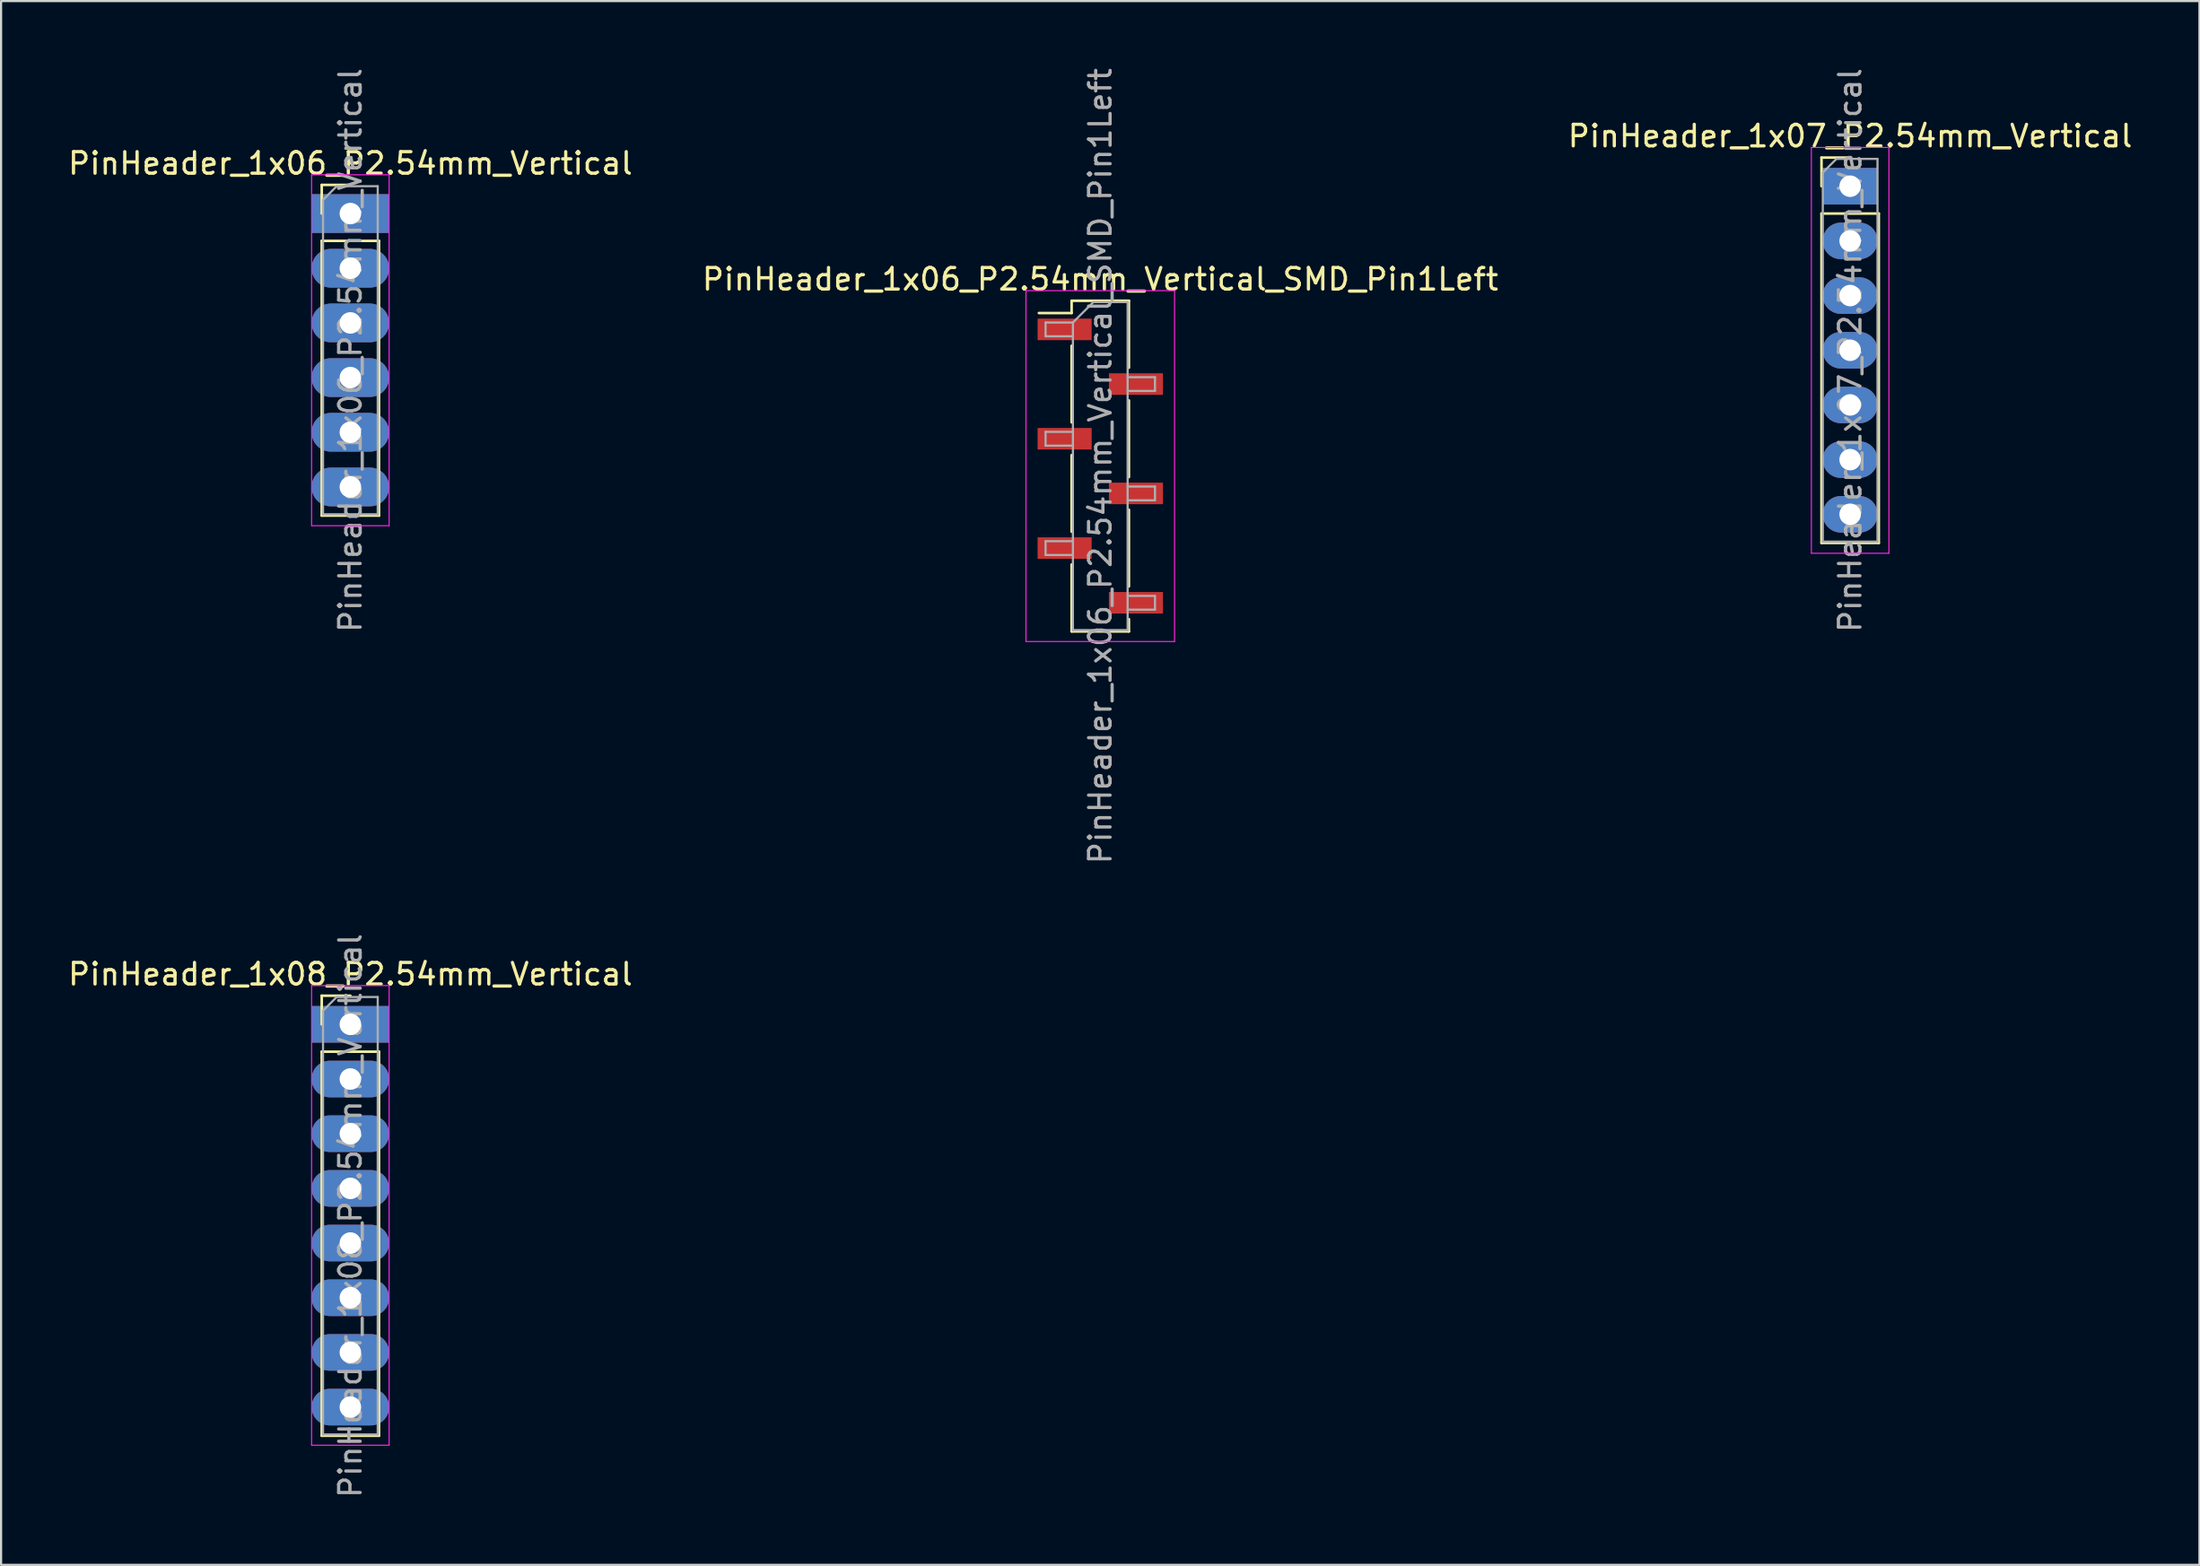
<source format=kicad_pcb>
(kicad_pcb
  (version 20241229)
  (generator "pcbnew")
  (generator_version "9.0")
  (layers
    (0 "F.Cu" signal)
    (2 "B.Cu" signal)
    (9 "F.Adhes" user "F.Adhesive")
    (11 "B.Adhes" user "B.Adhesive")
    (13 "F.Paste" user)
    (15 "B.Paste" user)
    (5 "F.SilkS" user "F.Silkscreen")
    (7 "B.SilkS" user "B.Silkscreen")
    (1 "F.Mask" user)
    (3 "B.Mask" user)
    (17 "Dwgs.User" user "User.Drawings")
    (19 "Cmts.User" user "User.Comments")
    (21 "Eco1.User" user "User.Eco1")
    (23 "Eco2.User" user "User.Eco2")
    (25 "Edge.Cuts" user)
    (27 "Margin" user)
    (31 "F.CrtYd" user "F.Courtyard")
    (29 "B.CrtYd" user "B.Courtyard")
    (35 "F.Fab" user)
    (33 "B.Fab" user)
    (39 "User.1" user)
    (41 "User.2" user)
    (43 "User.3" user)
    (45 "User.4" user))
  (footprint "PinHeader_1x08_P2.54mm_Vertical"
    (layer "F.Cu")
    (at 13.22 44.533)
    (property "Reference" "PinHeader_1x08_P2.54mm_Vertical" (at 0 -2.33 0) (layer "F.SilkS") (effects (font (size 1 1) (thickness 0.15))))
    (attr through_hole)
    (fp_line (start -1.33 -1.33) (end 0 -1.33) (stroke (width 0.12) (type solid)) (layer "F.SilkS"))
    (fp_line (start -1.33 0) (end -1.33 -1.33) (stroke (width 0.12) (type solid)) (layer "F.SilkS"))
    (fp_line (start -1.33 1.27) (end -1.33 19.11) (stroke (width 0.12) (type solid)) (layer "F.SilkS"))
    (fp_line (start -1.33 1.27) (end 1.33 1.27) (stroke (width 0.12) (type solid)) (layer "F.SilkS"))
    (fp_line (start -1.33 19.11) (end 1.33 19.11) (stroke (width 0.12) (type solid)) (layer "F.SilkS"))
    (fp_line (start 1.33 1.27) (end 1.33 19.11) (stroke (width 0.12) (type solid)) (layer "F.SilkS"))
    (fp_line (start -1.8 -1.8) (end -1.8 19.55) (stroke (width 0.05) (type solid)) (layer "F.CrtYd"))
    (fp_line (start -1.8 19.55) (end 1.8 19.55) (stroke (width 0.05) (type solid)) (layer "F.CrtYd"))
    (fp_line (start 1.8 -1.8) (end -1.8 -1.8) (stroke (width 0.05) (type solid)) (layer "F.CrtYd"))
    (fp_line (start 1.8 19.55) (end 1.8 -1.8) (stroke (width 0.05) (type solid)) (layer "F.CrtYd"))
    (fp_line (start -1.27 -0.635) (end -0.635 -1.27) (stroke (width 0.1) (type solid)) (layer "F.Fab"))
    (fp_line (start -1.27 19.05) (end -1.27 -0.635) (stroke (width 0.1) (type solid)) (layer "F.Fab"))
    (fp_line (start -0.635 -1.27) (end 1.27 -1.27) (stroke (width 0.1) (type solid)) (layer "F.Fab"))
    (fp_line (start 1.27 -1.27) (end 1.27 19.05) (stroke (width 0.1) (type solid)) (layer "F.Fab"))
    (fp_line (start 1.27 19.05) (end -1.27 19.05) (stroke (width 0.1) (type solid)) (layer "F.Fab"))
    (fp_text user "${REFERENCE}" (at 0 8.89 90) (layer "F.Fab") (effects (font (size 1 1) (thickness 0.15))))
    (pad "1" thru_hole rect (at 0 0) (size 3.6 1.7) (drill 1) (layers "*.Cu" "*.Mask"))
    (pad "2" thru_hole oval (at 0 2.54) (size 3.6 1.7) (drill 1) (layers "*.Cu" "*.Mask"))
    (pad "3" thru_hole oval (at 0 5.08) (size 3.6 1.7) (drill 1) (layers "*.Cu" "*.Mask"))
    (pad "4" thru_hole oval (at 0 7.62) (size 3.6 1.7) (drill 1) (layers "*.Cu" "*.Mask"))
    (pad "5" thru_hole oval (at 0 10.16) (size 3.6 1.7) (drill 1) (layers "*.Cu" "*.Mask"))
    (pad "6" thru_hole oval (at 0 12.7) (size 3.6 1.7) (drill 1) (layers "*.Cu" "*.Mask"))
    (pad "7" thru_hole oval (at 0 15.24) (size 3.6 1.7) (drill 1) (layers "*.Cu" "*.Mask"))
    (pad "8" thru_hole oval (at 0 17.78) (size 3.6 1.7) (drill 1) (layers "*.Cu" "*.Mask")))
  (footprint "PinHeader_1x07_P2.54mm_Vertical"
    (layer "F.Cu")
    (at 82.863 5.6)
    (property "Reference" "PinHeader_1x07_P2.54mm_Vertical" (at 0 -2.33 0) (layer "F.SilkS") (effects (font (size 1 1) (thickness 0.15))))
    (attr through_hole)
    (fp_line (start -1.33 -1.33) (end 0 -1.33) (stroke (width 0.12) (type solid)) (layer "F.SilkS"))
    (fp_line (start -1.33 0) (end -1.33 -1.33) (stroke (width 0.12) (type solid)) (layer "F.SilkS"))
    (fp_line (start -1.33 1.27) (end -1.33 16.57) (stroke (width 0.12) (type solid)) (layer "F.SilkS"))
    (fp_line (start -1.33 1.27) (end 1.33 1.27) (stroke (width 0.12) (type solid)) (layer "F.SilkS"))
    (fp_line (start -1.33 16.57) (end 1.33 16.57) (stroke (width 0.12) (type solid)) (layer "F.SilkS"))
    (fp_line (start 1.33 1.27) (end 1.33 16.57) (stroke (width 0.12) (type solid)) (layer "F.SilkS"))
    (fp_line (start -1.8 -1.8) (end -1.8 17.05) (stroke (width 0.05) (type solid)) (layer "F.CrtYd"))
    (fp_line (start -1.8 17.05) (end 1.8 17.05) (stroke (width 0.05) (type solid)) (layer "F.CrtYd"))
    (fp_line (start 1.8 -1.8) (end -1.8 -1.8) (stroke (width 0.05) (type solid)) (layer "F.CrtYd"))
    (fp_line (start 1.8 17.05) (end 1.8 -1.8) (stroke (width 0.05) (type solid)) (layer "F.CrtYd"))
    (fp_line (start -1.27 -0.635) (end -0.635 -1.27) (stroke (width 0.1) (type solid)) (layer "F.Fab"))
    (fp_line (start -1.27 16.51) (end -1.27 -0.635) (stroke (width 0.1) (type solid)) (layer "F.Fab"))
    (fp_line (start -0.635 -1.27) (end 1.27 -1.27) (stroke (width 0.1) (type solid)) (layer "F.Fab"))
    (fp_line (start 1.27 -1.27) (end 1.27 16.51) (stroke (width 0.1) (type solid)) (layer "F.Fab"))
    (fp_line (start 1.27 16.51) (end -1.27 16.51) (stroke (width 0.1) (type solid)) (layer "F.Fab"))
    (fp_text user "${REFERENCE}" (at 0 7.62 90) (layer "F.Fab") (effects (font (size 1 1) (thickness 0.15))))
    (pad "1" thru_hole rect (at 0 0) (size 2.55 1.7) (drill 1) (layers "*.Cu" "*.Mask"))
    (pad "2" thru_hole oval (at 0 2.54) (size 2.55 1.7) (drill 1) (layers "*.Cu" "*.Mask"))
    (pad "3" thru_hole oval (at 0 5.08) (size 2.55 1.7) (drill 1) (layers "*.Cu" "*.Mask"))
    (pad "4" thru_hole oval (at 0 7.62) (size 2.55 1.7) (drill 1) (layers "*.Cu" "*.Mask"))
    (pad "5" thru_hole oval (at 0 10.16) (size 2.55 1.7) (drill 1) (layers "*.Cu" "*.Mask"))
    (pad "6" thru_hole oval (at 0 12.7) (size 2.55 1.7) (drill 1) (layers "*.Cu" "*.Mask"))
    (pad "7" thru_hole oval (at 0 15.24) (size 2.55 1.7) (drill 1) (layers "*.Cu" "*.Mask")))
  (footprint "PinHeader_1x06_P2.54mm_Vertical_SMD_Pin1Left"
    (layer "F.Cu")
    (at 48.042 18.601)
    (property "Reference" "PinHeader_1x06_P2.54mm_Vertical_SMD_Pin1Left" (at 0 -8.68 0) (layer "F.SilkS") (effects (font (size 1 1) (thickness 0.15))))
    (attr smd)
    (fp_line (start -1.33 -7.68) (end -1.33 -7.11) (stroke (width 0.12) (type solid)) (layer "F.SilkS"))
    (fp_line (start -1.33 -7.68) (end 1.33 -7.68) (stroke (width 0.12) (type solid)) (layer "F.SilkS"))
    (fp_line (start -1.33 -7.11) (end -2.85 -7.11) (stroke (width 0.12) (type solid)) (layer "F.SilkS"))
    (fp_line (start -1.33 -5.59) (end -1.33 -2.03) (stroke (width 0.12) (type solid)) (layer "F.SilkS"))
    (fp_line (start -1.33 -0.51) (end -1.33 3.05) (stroke (width 0.12) (type solid)) (layer "F.SilkS"))
    (fp_line (start -1.33 4.57) (end -1.33 7.68) (stroke (width 0.12) (type solid)) (layer "F.SilkS"))
    (fp_line (start -1.33 7.68) (end 1.33 7.68) (stroke (width 0.12) (type solid)) (layer "F.SilkS"))
    (fp_line (start 1.33 -7.68) (end 1.33 -4.57) (stroke (width 0.12) (type solid)) (layer "F.SilkS"))
    (fp_line (start 1.33 -3.05) (end 1.33 0.51) (stroke (width 0.12) (type solid)) (layer "F.SilkS"))
    (fp_line (start 1.33 2.03) (end 1.33 5.59) (stroke (width 0.12) (type solid)) (layer "F.SilkS"))
    (fp_line (start 1.33 7.11) (end 1.33 7.68) (stroke (width 0.12) (type solid)) (layer "F.SilkS"))
    (fp_line (start -3.45 -8.15) (end -3.45 8.15) (stroke (width 0.05) (type solid)) (layer "F.CrtYd"))
    (fp_line (start -3.45 8.15) (end 3.45 8.15) (stroke (width 0.05) (type solid)) (layer "F.CrtYd"))
    (fp_line (start 3.45 -8.15) (end -3.45 -8.15) (stroke (width 0.05) (type solid)) (layer "F.CrtYd"))
    (fp_line (start 3.45 8.15) (end 3.45 -8.15) (stroke (width 0.05) (type solid)) (layer "F.CrtYd"))
    (fp_line (start -2.54 -6.67) (end -2.54 -6.03) (stroke (width 0.1) (type solid)) (layer "F.Fab"))
    (fp_line (start -2.54 -6.03) (end -1.27 -6.03) (stroke (width 0.1) (type solid)) (layer "F.Fab"))
    (fp_line (start -2.54 -1.59) (end -2.54 -0.95) (stroke (width 0.1) (type solid)) (layer "F.Fab"))
    (fp_line (start -2.54 -0.95) (end -1.27 -0.95) (stroke (width 0.1) (type solid)) (layer "F.Fab"))
    (fp_line (start -2.54 3.49) (end -2.54 4.13) (stroke (width 0.1) (type solid)) (layer "F.Fab"))
    (fp_line (start -2.54 4.13) (end -1.27 4.13) (stroke (width 0.1) (type solid)) (layer "F.Fab"))
    (fp_line (start -1.27 -6.67) (end -2.54 -6.67) (stroke (width 0.1) (type solid)) (layer "F.Fab"))
    (fp_line (start -1.27 -6.67) (end -0.32 -7.62) (stroke (width 0.1) (type solid)) (layer "F.Fab"))
    (fp_line (start -1.27 -1.59) (end -2.54 -1.59) (stroke (width 0.1) (type solid)) (layer "F.Fab"))
    (fp_line (start -1.27 3.49) (end -2.54 3.49) (stroke (width 0.1) (type solid)) (layer "F.Fab"))
    (fp_line (start -1.27 7.62) (end -1.27 -6.67) (stroke (width 0.1) (type solid)) (layer "F.Fab"))
    (fp_line (start -0.32 -7.62) (end 1.27 -7.62) (stroke (width 0.1) (type solid)) (layer "F.Fab"))
    (fp_line (start 1.27 -7.62) (end 1.27 7.62) (stroke (width 0.1) (type solid)) (layer "F.Fab"))
    (fp_line (start 1.27 -4.13) (end 2.54 -4.13) (stroke (width 0.1) (type solid)) (layer "F.Fab"))
    (fp_line (start 1.27 0.95) (end 2.54 0.95) (stroke (width 0.1) (type solid)) (layer "F.Fab"))
    (fp_line (start 1.27 6.03) (end 2.54 6.03) (stroke (width 0.1) (type solid)) (layer "F.Fab"))
    (fp_line (start 1.27 7.62) (end -1.27 7.62) (stroke (width 0.1) (type solid)) (layer "F.Fab"))
    (fp_line (start 2.54 -4.13) (end 2.54 -3.49) (stroke (width 0.1) (type solid)) (layer "F.Fab"))
    (fp_line (start 2.54 -3.49) (end 1.27 -3.49) (stroke (width 0.1) (type solid)) (layer "F.Fab"))
    (fp_line (start 2.54 0.95) (end 2.54 1.59) (stroke (width 0.1) (type solid)) (layer "F.Fab"))
    (fp_line (start 2.54 1.59) (end 1.27 1.59) (stroke (width 0.1) (type solid)) (layer "F.Fab"))
    (fp_line (start 2.54 6.03) (end 2.54 6.67) (stroke (width 0.1) (type solid)) (layer "F.Fab"))
    (fp_line (start 2.54 6.67) (end 1.27 6.67) (stroke (width 0.1) (type solid)) (layer "F.Fab"))
    (fp_text user "${REFERENCE}" (at 0 0 90) (layer "F.Fab") (effects (font (size 1 1) (thickness 0.15))))
    (pad "1" smd rect (at -1.655 -6.35) (size 2.51 1) (layers "F.Cu" "F.Mask" "F.Paste"))
    (pad "2" smd rect (at 1.655 -3.81) (size 2.51 1) (layers "F.Cu" "F.Mask" "F.Paste"))
    (pad "3" smd rect (at -1.655 -1.27) (size 2.51 1) (layers "F.Cu" "F.Mask" "F.Paste"))
    (pad "4" smd rect (at 1.655 1.27) (size 2.51 1) (layers "F.Cu" "F.Mask" "F.Paste"))
    (pad "5" smd rect (at -1.655 3.81) (size 2.51 1) (layers "F.Cu" "F.Mask" "F.Paste"))
    (pad "6" smd rect (at 1.655 6.35) (size 2.51 1) (layers "F.Cu" "F.Mask" "F.Paste")))
  (footprint "PinHeader_1x06_P2.54mm_Vertical"
    (layer "F.Cu")
    (at 13.22 6.87)
    (property "Reference" "PinHeader_1x06_P2.54mm_Vertical" (at 0 -2.33 0) (layer "F.SilkS") (effects (font (size 1 1) (thickness 0.15))))
    (attr through_hole)
    (fp_line (start -1.33 -1.33) (end 0 -1.33) (stroke (width 0.12) (type solid)) (layer "F.SilkS"))
    (fp_line (start -1.33 0) (end -1.33 -1.33) (stroke (width 0.12) (type solid)) (layer "F.SilkS"))
    (fp_line (start -1.33 1.27) (end -1.33 14.03) (stroke (width 0.12) (type solid)) (layer "F.SilkS"))
    (fp_line (start -1.33 1.27) (end 1.33 1.27) (stroke (width 0.12) (type solid)) (layer "F.SilkS"))
    (fp_line (start -1.33 14.03) (end 1.33 14.03) (stroke (width 0.12) (type solid)) (layer "F.SilkS"))
    (fp_line (start 1.33 1.27) (end 1.33 14.03) (stroke (width 0.12) (type solid)) (layer "F.SilkS"))
    (fp_line (start -1.8 -1.8) (end -1.8 14.5) (stroke (width 0.05) (type solid)) (layer "F.CrtYd"))
    (fp_line (start -1.8 14.5) (end 1.8 14.5) (stroke (width 0.05) (type solid)) (layer "F.CrtYd"))
    (fp_line (start 1.8 -1.8) (end -1.8 -1.8) (stroke (width 0.05) (type solid)) (layer "F.CrtYd"))
    (fp_line (start 1.8 14.5) (end 1.8 -1.8) (stroke (width 0.05) (type solid)) (layer "F.CrtYd"))
    (fp_line (start -1.27 -0.635) (end -0.635 -1.27) (stroke (width 0.1) (type solid)) (layer "F.Fab"))
    (fp_line (start -1.27 13.97) (end -1.27 -0.635) (stroke (width 0.1) (type solid)) (layer "F.Fab"))
    (fp_line (start -0.635 -1.27) (end 1.27 -1.27) (stroke (width 0.1) (type solid)) (layer "F.Fab"))
    (fp_line (start 1.27 -1.27) (end 1.27 13.97) (stroke (width 0.1) (type solid)) (layer "F.Fab"))
    (fp_line (start 1.27 13.97) (end -1.27 13.97) (stroke (width 0.1) (type solid)) (layer "F.Fab"))
    (fp_text user "${REFERENCE}" (at 0 6.35 90) (layer "F.Fab") (effects (font (size 1 1) (thickness 0.15))))
    (pad "1" thru_hole rect (at 0 0) (size 3.6 1.8) (drill 1) (layers "*.Cu" "*.Mask"))
    (pad "2" thru_hole oval (at 0 2.54) (size 3.6 1.8) (drill 1) (layers "*.Cu" "*.Mask"))
    (pad "3" thru_hole oval (at 0 5.08) (size 3.6 1.8) (drill 1) (layers "*.Cu" "*.Mask"))
    (pad "4" thru_hole oval (at 0 7.62) (size 3.6 1.8) (drill 1) (layers "*.Cu" "*.Mask"))
    (pad "5" thru_hole oval (at 0 10.16) (size 3.6 1.8) (drill 1) (layers "*.Cu" "*.Mask"))
    (pad "6" thru_hole oval (at 0 12.7) (size 3.6 1.8) (drill 1) (layers "*.Cu" "*.Mask")))
  (gr_rect
    (start -3 -3)
    (end 99.083 69.643)
    (stroke (width 0.1) (type default))
    (fill no)
    (layer "Edge.Cuts")))
</source>
